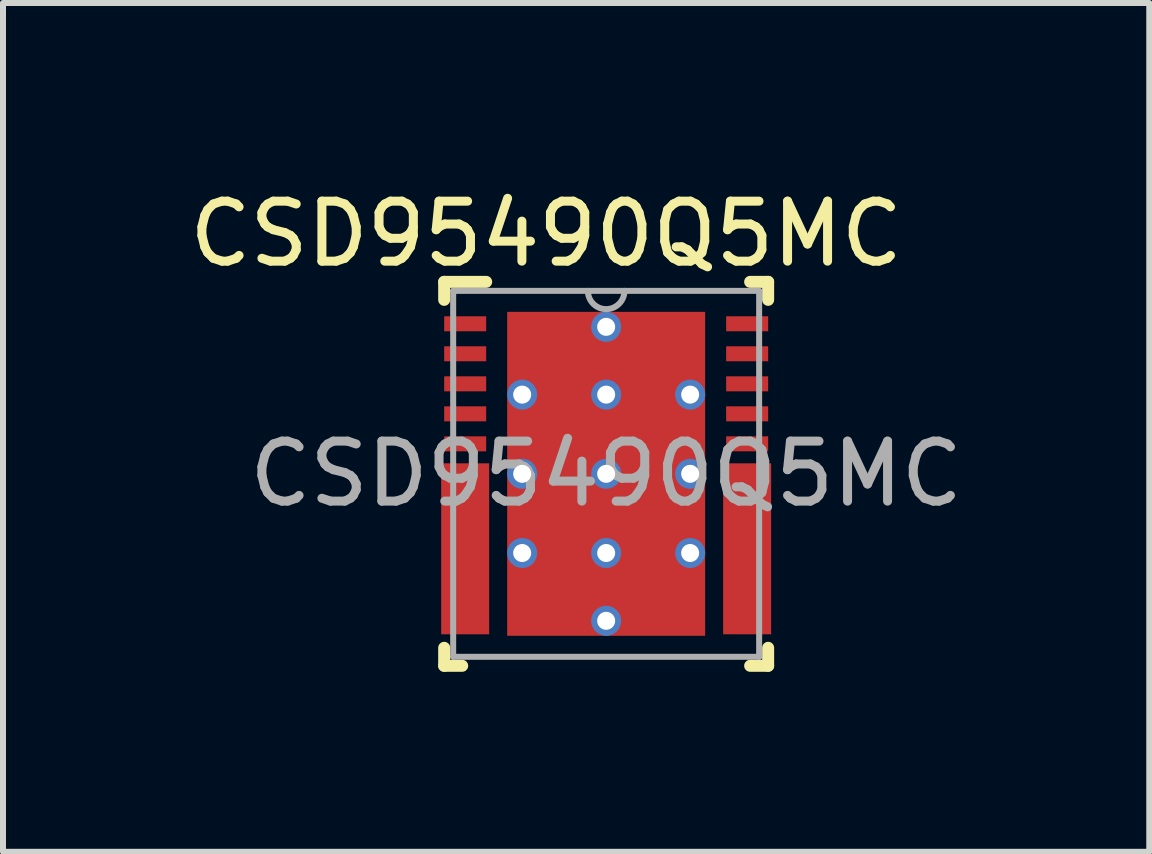
<source format=kicad_pcb>
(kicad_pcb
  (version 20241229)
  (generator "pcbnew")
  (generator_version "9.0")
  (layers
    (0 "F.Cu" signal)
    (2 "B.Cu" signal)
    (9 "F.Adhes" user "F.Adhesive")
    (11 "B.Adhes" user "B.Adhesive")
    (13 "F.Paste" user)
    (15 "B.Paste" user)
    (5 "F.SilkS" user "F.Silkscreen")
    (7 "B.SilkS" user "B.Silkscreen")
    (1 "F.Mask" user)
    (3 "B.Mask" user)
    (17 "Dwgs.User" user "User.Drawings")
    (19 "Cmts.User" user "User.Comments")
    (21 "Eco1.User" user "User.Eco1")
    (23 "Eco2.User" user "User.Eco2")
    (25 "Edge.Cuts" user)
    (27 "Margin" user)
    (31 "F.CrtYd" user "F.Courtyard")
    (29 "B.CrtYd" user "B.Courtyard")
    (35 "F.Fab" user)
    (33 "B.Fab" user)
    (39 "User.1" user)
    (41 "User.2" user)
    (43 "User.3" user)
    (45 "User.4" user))
  (footprint "CSD95490Q5MC"
    (layer "F.Cu")
    (at 7.054 4.848)
    (property "Reference" "CSD95490Q5MC" (at -1 -4 0) (unlocked yes) (layer "F.SilkS") (effects (font (size 1 1) (thickness 0.15))))
    (attr smd)
    (fp_poly (pts (xy -2.7 2.425) (xy -2.65 2.375) (xy -2.44 2.375) (xy -2.39 2.325) (xy -2.39 2.175) (xy -2.44 2.125) (xy -2.65 2.125) (xy -2.7 2.075) (xy -2.7 1.925) (xy -2.65 1.875) (xy -2.44 1.875) (xy -2.39 1.825) (xy -2.39 1.675) (xy -2.44 1.625) (xy -2.65 1.625) (xy -2.7 1.575) (xy -2.7 1.425) (xy -2.65 1.375) (xy -2.44 1.375) (xy -2.39 1.325) (xy -2.39 1.175) (xy -2.44 1.125) (xy -2.65 1.125) (xy -2.7 1.075) (xy -2.7 0.925) (xy -2.65 0.875) (xy -2.44 0.875) (xy -2.39 0.825) (xy -2.39 0.675) (xy -2.44 0.625) (xy -2.65 0.625) (xy -2.7 0.575) (xy -2.7 0.425) (xy -2.65 0.375) (xy -2.44 0.375) (xy -2.39 0.325) (xy -2.39 0.175) (xy -2.44 0.125) (xy -2.65 0.125) (xy -2.7 0.075) (xy -2.7 -0.075) (xy -2.65 -0.125) (xy -2.05 -0.125) (xy -2 -0.075) (xy -2 2.575) (xy -2.05 2.625) (xy -2.65 2.625) (xy -2.7 2.575)) (stroke (width 0) (type solid)) (fill yes) (layer "F.Mask"))
    (fp_poly (pts (xy 2.7 2.425) (xy 2.65 2.375) (xy 2.44 2.375) (xy 2.39 2.325) (xy 2.39 2.175) (xy 2.44 2.125) (xy 2.65 2.125) (xy 2.7 2.075) (xy 2.7 1.925) (xy 2.65 1.875) (xy 2.44 1.875) (xy 2.39 1.825) (xy 2.39 1.675) (xy 2.44 1.625) (xy 2.65 1.625) (xy 2.7 1.575) (xy 2.7 1.425) (xy 2.65 1.375) (xy 2.44 1.375) (xy 2.39 1.325) (xy 2.39 1.175) (xy 2.44 1.125) (xy 2.65 1.125) (xy 2.7 1.075) (xy 2.7 0.925) (xy 2.65 0.875) (xy 2.44 0.875) (xy 2.39 0.825) (xy 2.39 0.675) (xy 2.44 0.625) (xy 2.65 0.625) (xy 2.7 0.575) (xy 2.7 0.425) (xy 2.65 0.375) (xy 2.44 0.375) (xy 2.39 0.325) (xy 2.39 0.175) (xy 2.44 0.125) (xy 2.65 0.125) (xy 2.7 0.075) (xy 2.7 -0.075) (xy 2.65 -0.125) (xy 2.05 -0.125) (xy 2 -0.075) (xy 2 2.575) (xy 2.05 2.625) (xy 2.65 2.625) (xy 2.7 2.575)) (stroke (width 0) (type solid)) (fill yes) (layer "F.Mask"))
    (fp_line (start -2.7 -3.2) (end -2 -3.2) (stroke (width 0.2) (type solid)) (layer "F.SilkS"))
    (fp_line (start -2.7 -2.9) (end -2.7 -3.2) (stroke (width 0.2) (type solid)) (layer "F.SilkS"))
    (fp_line (start -2.7 3.2) (end -2.7 2.9) (stroke (width 0.2) (type solid)) (layer "F.SilkS"))
    (fp_line (start -2.7 3.2) (end -2.4 3.2) (stroke (width 0.2) (type solid)) (layer "F.SilkS"))
    (fp_line (start 2.4 -3.2) (end 2.7 -3.2) (stroke (width 0.2) (type solid)) (layer "F.SilkS"))
    (fp_line (start 2.4 3.2) (end 2.7 3.2) (stroke (width 0.2) (type solid)) (layer "F.SilkS"))
    (fp_line (start 2.7 -2.9) (end 2.7 -3.2) (stroke (width 0.2) (type solid)) (layer "F.SilkS"))
    (fp_line (start 2.7 3.2) (end 2.7 2.9) (stroke (width 0.2) (type solid)) (layer "F.SilkS"))
    (fp_poly (pts (xy -0.1 -2.49) (xy -0.1 -1.47) (xy -0.101 -1.461) (xy -0.104 -1.451) (xy -0.108 -1.442) (xy -0.115 -1.435) (xy -0.122 -1.428) (xy -0.131 -1.424) (xy -0.141 -1.421) (xy -0.15 -1.42) (xy -1.46 -1.42) (xy -1.469 -1.421) (xy -1.479 -1.424) (xy -1.488 -1.428) (xy -1.495 -1.435) (xy -1.502 -1.442) (xy -1.506 -1.451) (xy -1.509 -1.461) (xy -1.51 -1.47) (xy -1.51 -2.49) (xy -1.509 -2.499) (xy -1.506 -2.509) (xy -1.502 -2.518) (xy -1.495 -2.525) (xy -1.488 -2.532) (xy -1.479 -2.536) (xy -1.469 -2.539) (xy -1.46 -2.54) (xy -0.15 -2.54) (xy -0.141 -2.539) (xy -0.131 -2.536) (xy -0.122 -2.532) (xy -0.115 -2.525) (xy -0.108 -2.518) (xy -0.104 -2.509) (xy -0.101 -2.499)) (stroke (width 0) (type solid)) (fill yes) (layer "F.Paste"))
    (fp_poly (pts (xy -0.1 -1.17) (xy -0.1 -0.15) (xy -0.101 -0.141) (xy -0.104 -0.131) (xy -0.108 -0.122) (xy -0.115 -0.115) (xy -0.122 -0.108) (xy -0.131 -0.104) (xy -0.141 -0.101) (xy -0.15 -0.1) (xy -1.46 -0.1) (xy -1.469 -0.101) (xy -1.479 -0.104) (xy -1.488 -0.108) (xy -1.495 -0.115) (xy -1.502 -0.122) (xy -1.506 -0.131) (xy -1.509 -0.141) (xy -1.51 -0.15) (xy -1.51 -1.17) (xy -1.509 -1.179) (xy -1.506 -1.189) (xy -1.502 -1.198) (xy -1.495 -1.205) (xy -1.488 -1.212) (xy -1.479 -1.216) (xy -1.469 -1.219) (xy -1.46 -1.22) (xy -0.15 -1.22) (xy -0.141 -1.219) (xy -0.131 -1.216) (xy -0.122 -1.212) (xy -0.115 -1.205) (xy -0.108 -1.198) (xy -0.104 -1.189) (xy -0.101 -1.179)) (stroke (width 0) (type solid)) (fill yes) (layer "F.Paste"))
    (fp_poly (pts (xy -0.1 0.15) (xy -0.1 1.17) (xy -0.101 1.179) (xy -0.104 1.189) (xy -0.108 1.198) (xy -0.115 1.205) (xy -0.122 1.212) (xy -0.131 1.216) (xy -0.141 1.219) (xy -0.15 1.22) (xy -1.46 1.22) (xy -1.469 1.219) (xy -1.479 1.216) (xy -1.488 1.212) (xy -1.495 1.205) (xy -1.502 1.198) (xy -1.506 1.189) (xy -1.509 1.179) (xy -1.51 1.17) (xy -1.51 0.15) (xy -1.509 0.141) (xy -1.506 0.131) (xy -1.502 0.122) (xy -1.495 0.115) (xy -1.488 0.108) (xy -1.479 0.104) (xy -1.469 0.101) (xy -1.46 0.1) (xy -0.15 0.1) (xy -0.141 0.101) (xy -0.131 0.104) (xy -0.122 0.108) (xy -0.115 0.115) (xy -0.108 0.122) (xy -0.104 0.131) (xy -0.101 0.141)) (stroke (width 0) (type solid)) (fill yes) (layer "F.Paste"))
    (fp_poly (pts (xy -0.1 1.47) (xy -0.1 2.49) (xy -0.101 2.499) (xy -0.104 2.509) (xy -0.108 2.518) (xy -0.115 2.525) (xy -0.122 2.532) (xy -0.131 2.536) (xy -0.141 2.539) (xy -0.15 2.54) (xy -1.46 2.54) (xy -1.469 2.539) (xy -1.479 2.536) (xy -1.488 2.532) (xy -1.495 2.525) (xy -1.502 2.518) (xy -1.506 2.509) (xy -1.509 2.499) (xy -1.51 2.49) (xy -1.51 1.47) (xy -1.509 1.461) (xy -1.506 1.451) (xy -1.502 1.442) (xy -1.495 1.435) (xy -1.488 1.428) (xy -1.479 1.424) (xy -1.469 1.421) (xy -1.46 1.42) (xy -0.15 1.42) (xy -0.141 1.421) (xy -0.131 1.424) (xy -0.122 1.428) (xy -0.115 1.435) (xy -0.108 1.442) (xy -0.104 1.451) (xy -0.101 1.461)) (stroke (width 0) (type solid)) (fill yes) (layer "F.Paste"))
    (fp_poly (pts (xy 0.1 -1.47) (xy 0.1 -2.49) (xy 0.101 -2.499) (xy 0.104 -2.509) (xy 0.108 -2.518) (xy 0.115 -2.525) (xy 0.122 -2.532) (xy 0.131 -2.536) (xy 0.141 -2.539) (xy 0.15 -2.54) (xy 1.46 -2.54) (xy 1.469 -2.539) (xy 1.479 -2.536) (xy 1.488 -2.532) (xy 1.495 -2.525) (xy 1.502 -2.518) (xy 1.506 -2.509) (xy 1.509 -2.499) (xy 1.51 -2.49) (xy 1.51 -1.47) (xy 1.509 -1.461) (xy 1.506 -1.451) (xy 1.502 -1.442) (xy 1.495 -1.435) (xy 1.488 -1.428) (xy 1.479 -1.424) (xy 1.469 -1.421) (xy 1.46 -1.42) (xy 0.15 -1.42) (xy 0.141 -1.421) (xy 0.131 -1.424) (xy 0.122 -1.428) (xy 0.115 -1.435) (xy 0.108 -1.442) (xy 0.104 -1.451) (xy 0.101 -1.461)) (stroke (width 0) (type solid)) (fill yes) (layer "F.Paste"))
    (fp_poly (pts (xy 0.1 -0.15) (xy 0.1 -1.17) (xy 0.101 -1.179) (xy 0.104 -1.189) (xy 0.108 -1.198) (xy 0.115 -1.205) (xy 0.122 -1.212) (xy 0.131 -1.216) (xy 0.141 -1.219) (xy 0.15 -1.22) (xy 1.46 -1.22) (xy 1.469 -1.219) (xy 1.479 -1.216) (xy 1.488 -1.212) (xy 1.495 -1.205) (xy 1.502 -1.198) (xy 1.506 -1.189) (xy 1.509 -1.179) (xy 1.51 -1.17) (xy 1.51 -0.15) (xy 1.509 -0.141) (xy 1.506 -0.131) (xy 1.502 -0.122) (xy 1.495 -0.115) (xy 1.488 -0.108) (xy 1.479 -0.104) (xy 1.469 -0.101) (xy 1.46 -0.1) (xy 0.15 -0.1) (xy 0.141 -0.101) (xy 0.131 -0.104) (xy 0.122 -0.108) (xy 0.115 -0.115) (xy 0.108 -0.122) (xy 0.104 -0.131) (xy 0.101 -0.141)) (stroke (width 0) (type solid)) (fill yes) (layer "F.Paste"))
    (fp_poly (pts (xy 0.1 1.17) (xy 0.1 0.15) (xy 0.101 0.141) (xy 0.104 0.131) (xy 0.108 0.122) (xy 0.115 0.115) (xy 0.122 0.108) (xy 0.131 0.104) (xy 0.141 0.101) (xy 0.15 0.1) (xy 1.46 0.1) (xy 1.469 0.101) (xy 1.479 0.104) (xy 1.488 0.108) (xy 1.495 0.115) (xy 1.502 0.122) (xy 1.506 0.131) (xy 1.509 0.141) (xy 1.51 0.15) (xy 1.51 1.17) (xy 1.509 1.179) (xy 1.506 1.189) (xy 1.502 1.198) (xy 1.495 1.205) (xy 1.488 1.212) (xy 1.479 1.216) (xy 1.469 1.219) (xy 1.46 1.22) (xy 0.15 1.22) (xy 0.141 1.219) (xy 0.131 1.216) (xy 0.122 1.212) (xy 0.115 1.205) (xy 0.108 1.198) (xy 0.104 1.189) (xy 0.101 1.179)) (stroke (width 0) (type solid)) (fill yes) (layer "F.Paste"))
    (fp_poly (pts (xy 0.1 2.49) (xy 0.1 1.47) (xy 0.101 1.461) (xy 0.104 1.451) (xy 0.108 1.442) (xy 0.115 1.435) (xy 0.122 1.428) (xy 0.131 1.424) (xy 0.141 1.421) (xy 0.15 1.42) (xy 1.46 1.42) (xy 1.469 1.421) (xy 1.479 1.424) (xy 1.488 1.428) (xy 1.495 1.435) (xy 1.502 1.442) (xy 1.506 1.451) (xy 1.509 1.461) (xy 1.51 1.47) (xy 1.51 2.49) (xy 1.509 2.499) (xy 1.506 2.509) (xy 1.502 2.518) (xy 1.495 2.525) (xy 1.488 2.532) (xy 1.479 2.536) (xy 1.469 2.539) (xy 1.46 2.54) (xy 0.15 2.54) (xy 0.141 2.539) (xy 0.131 2.536) (xy 0.122 2.532) (xy 0.115 2.525) (xy 0.108 2.518) (xy 0.104 2.509) (xy 0.101 2.499)) (stroke (width 0) (type solid)) (fill yes) (layer "F.Paste"))
    (fp_poly (pts (xy -2.7 2.425) (xy -2.65 2.375) (xy -2.44 2.375) (xy -2.39 2.325) (xy -2.39 2.175) (xy -2.44 2.125) (xy -2.65 2.125) (xy -2.7 2.075) (xy -2.7 1.925) (xy -2.65 1.875) (xy -2.44 1.875) (xy -2.39 1.825) (xy -2.39 1.675) (xy -2.44 1.625) (xy -2.65 1.625) (xy -2.7 1.575) (xy -2.7 1.425) (xy -2.65 1.375) (xy -2.44 1.375) (xy -2.39 1.325) (xy -2.39 1.175) (xy -2.44 1.125) (xy -2.65 1.125) (xy -2.7 1.075) (xy -2.7 0.925) (xy -2.65 0.875) (xy -2.44 0.875) (xy -2.39 0.825) (xy -2.39 0.675) (xy -2.44 0.625) (xy -2.65 0.625) (xy -2.7 0.575) (xy -2.7 0.425) (xy -2.65 0.375) (xy -2.44 0.375) (xy -2.39 0.325) (xy -2.39 0.175) (xy -2.44 0.125) (xy -2.65 0.125) (xy -2.7 0.075) (xy -2.7 -0.075) (xy -2.65 -0.125) (xy -2.05 -0.125) (xy -2 -0.075) (xy -2 2.575) (xy -2.05 2.625) (xy -2.65 2.625) (xy -2.7 2.575)) (stroke (width 0) (type solid)) (fill yes) (layer "F.Paste"))
    (fp_poly (pts (xy 2.7 2.425) (xy 2.65 2.375) (xy 2.44 2.375) (xy 2.39 2.325) (xy 2.39 2.175) (xy 2.44 2.125) (xy 2.65 2.125) (xy 2.7 2.075) (xy 2.7 1.925) (xy 2.65 1.875) (xy 2.44 1.875) (xy 2.39 1.825) (xy 2.39 1.675) (xy 2.44 1.625) (xy 2.65 1.625) (xy 2.7 1.575) (xy 2.7 1.425) (xy 2.65 1.375) (xy 2.44 1.375) (xy 2.39 1.325) (xy 2.39 1.175) (xy 2.44 1.125) (xy 2.65 1.125) (xy 2.7 1.075) (xy 2.7 0.925) (xy 2.65 0.875) (xy 2.44 0.875) (xy 2.39 0.825) (xy 2.39 0.675) (xy 2.44 0.625) (xy 2.65 0.625) (xy 2.7 0.575) (xy 2.7 0.425) (xy 2.65 0.375) (xy 2.44 0.375) (xy 2.39 0.325) (xy 2.39 0.175) (xy 2.44 0.125) (xy 2.65 0.125) (xy 2.7 0.075) (xy 2.7 -0.075) (xy 2.65 -0.125) (xy 2.05 -0.125) (xy 2 -0.075) (xy 2 2.575) (xy 2.05 2.625) (xy 2.65 2.625) (xy 2.7 2.575)) (stroke (width 0) (type solid)) (fill yes) (layer "F.Paste"))
    (fp_line (start -2.55 -3.05) (end 2.55 -3.05) (stroke (width 0.1) (type solid)) (layer "F.Fab"))
    (fp_line (start -2.55 3.05) (end -2.55 -3.05) (stroke (width 0.1) (type solid)) (layer "F.Fab"))
    (fp_line (start -2.55 3.05) (end 2.55 3.05) (stroke (width 0.1) (type solid)) (layer "F.Fab"))
    (fp_line (start 2.55 3.05) (end 2.55 -3.05) (stroke (width 0.1) (type solid)) (layer "F.Fab"))
    (fp_arc (start 0.3048 -3.050032) (mid 0 -2.745232) (end -0.3048 -3.050032) (stroke (width 0.1) (type solid)) (layer "F.Fab"))
    (fp_text user "${REFERENCE}" (at 0 0 0) (unlocked yes) (layer "F.Fab") (effects (font (size 1 1) (thickness 0.15))))
    (pad "1" smd rect (at -2.35 -2.501) (size 0.7 0.25) (layers "F.Cu" "F.Mask" "F.Paste"))
    (pad "2" smd rect (at -2.35 -2.001) (size 0.7 0.25) (layers "F.Cu" "F.Mask" "F.Paste"))
    (pad "3" smd rect (at -2.35 -1.5) (size 0.7 0.25) (layers "F.Cu" "F.Mask" "F.Paste"))
    (pad "4" smd rect (at -2.35 -1) (size 0.7 0.25) (layers "F.Cu" "F.Mask" "F.Paste"))
    (pad "5" smd rect (at -2.35 -0.5) (size 0.7 0.25) (layers "F.Cu" "F.Mask" "F.Paste"))
    (pad "6" smd rect (at -2.35 1.25) (size 0.8 2.85) (layers "F.Cu" "F.Mask" "F.Paste"))
    (pad "7" smd rect (at 2.35 1.25) (size 0.8 2.85) (layers "F.Cu" "F.Mask" "F.Paste"))
    (pad "8" smd rect (at 2.35 -0.5) (size 0.7 0.25) (layers "F.Cu" "F.Mask" "F.Paste"))
    (pad "9" smd rect (at 2.35 -1) (size 0.7 0.25) (layers "F.Cu" "F.Mask" "F.Paste"))
    (pad "10" smd rect (at 2.35 -1.5) (size 0.7 0.25) (layers "F.Cu" "F.Mask" "F.Paste"))
    (pad "11" smd rect (at 2.35 -2.001) (size 0.7 0.25) (layers "F.Cu" "F.Mask" "F.Paste"))
    (pad "12" smd rect (at 2.35 -2.501) (size 0.7 0.25) (layers "F.Cu" "F.Mask" "F.Paste"))
    (pad "13" thru_hole circle (at -1.4 1.32) (size 0.5 0.5) (drill 0.3) (layers "*.Cu" "*.Mask"))
    (pad "13" thru_hole circle (at -1.4 -1.32) (size 0.5 0.5) (drill 0.3) (layers "*.Cu" "*.Mask"))
    (pad "13" thru_hole circle (at -1.4 0) (size 0.5 0.5) (drill 0.3) (layers "*.Cu" "*.Mask"))
    (pad "13" thru_hole circle (at 0 -2.45) (size 0.5 0.5) (drill 0.3) (layers "*.Cu" "*.Mask"))
    (pad "13" smd rect (at 0 0) (size 3.3 5.4) (layers "F.Cu" "F.Mask"))
    (pad "13" thru_hole circle (at 0.000003 -1.32) (size 0.5 0.5) (drill 0.3) (layers "*.Cu" "*.Mask"))
    (pad "13" thru_hole circle (at 0.000003 0) (size 0.5 0.5) (drill 0.3) (layers "*.Cu" "*.Mask"))
    (pad "13" thru_hole circle (at 0.000003 2.45) (size 0.5 0.5) (drill 0.3) (layers "*.Cu" "*.Mask"))
    (pad "13" thru_hole circle (at 0.000005 1.32) (size 0.5 0.5) (drill 0.3) (layers "*.Cu" "*.Mask"))
    (pad "13" thru_hole circle (at 1.4 -1.32) (size 0.5 0.5) (drill 0.3) (layers "*.Cu" "*.Mask"))
    (pad "13" thru_hole circle (at 1.4 0) (size 0.5 0.5) (drill 0.3) (layers "*.Cu" "*.Mask"))
    (pad "13" thru_hole circle (at 1.4 1.32) (size 0.5 0.5) (drill 0.3) (layers "*.Cu" "*.Mask")))
  (gr_rect
    (start -3 -3)
    (end 16.107 11.148)
    (stroke (width 0.1) (type default))
    (fill no)
    (layer "Edge.Cuts")))
</source>
